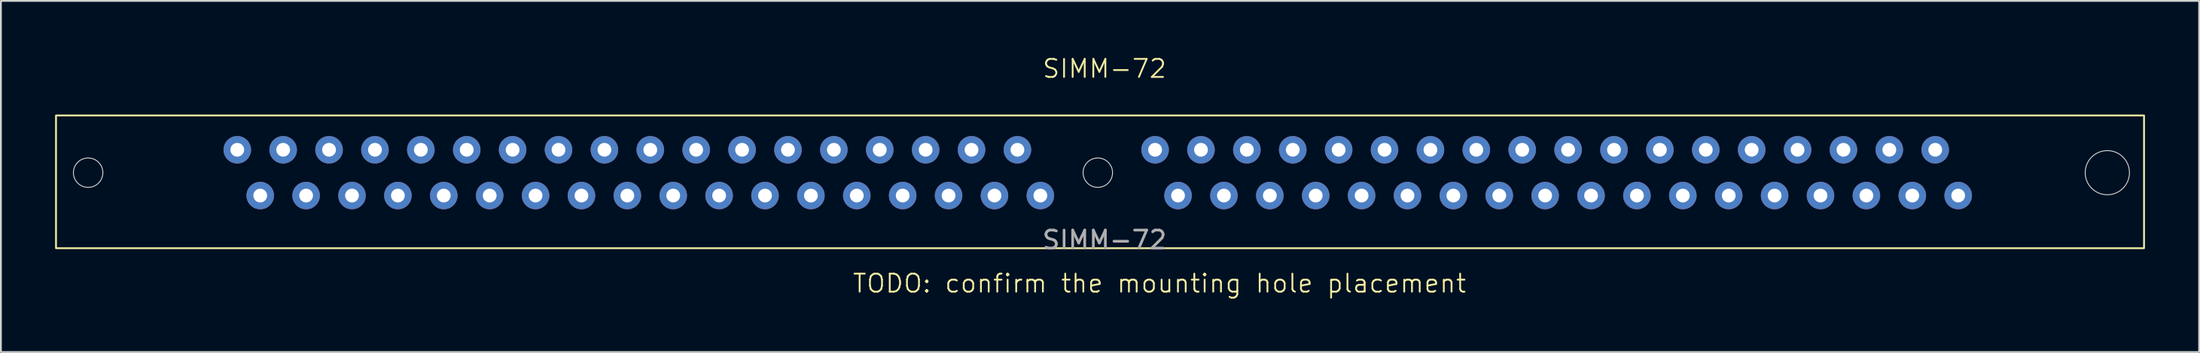
<source format=kicad_pcb>
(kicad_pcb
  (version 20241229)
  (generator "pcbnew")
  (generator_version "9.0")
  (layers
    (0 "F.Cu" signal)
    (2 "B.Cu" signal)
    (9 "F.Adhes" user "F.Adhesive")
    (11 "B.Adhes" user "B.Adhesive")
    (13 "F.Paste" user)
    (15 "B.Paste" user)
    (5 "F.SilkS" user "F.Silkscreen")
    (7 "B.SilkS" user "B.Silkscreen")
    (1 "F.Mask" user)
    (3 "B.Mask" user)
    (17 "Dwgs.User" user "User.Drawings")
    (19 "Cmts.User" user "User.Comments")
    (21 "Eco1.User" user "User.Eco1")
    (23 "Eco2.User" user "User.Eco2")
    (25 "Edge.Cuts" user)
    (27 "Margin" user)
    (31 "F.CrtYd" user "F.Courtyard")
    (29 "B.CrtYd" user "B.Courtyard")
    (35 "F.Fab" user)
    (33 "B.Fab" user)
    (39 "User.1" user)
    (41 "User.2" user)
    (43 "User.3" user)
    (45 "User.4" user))
  (footprint "SIMM-72"
    (layer "F.Cu")
    (at 10.083 5.261)
    (property "Reference" "SIMM-72" (at 48 -4.5 0) (unlocked yes) (layer "F.SilkS") (effects (font (size 1 1) (thickness 0.1))))
    (attr through_hole)
    (fp_rect (start -10.033 -1.905) (end 105.537 5.461) (stroke (width 0.1) (type default)) (fill no) (layer "F.SilkS"))
    (fp_circle (center -8.255 1.27) (end -7.44 1.27) (stroke (width 0.05) (type default)) (fill no) (layer "Edge.Cuts"))
    (fp_circle (center 47.63 1.27) (end 48.445 1.27) (stroke (width 0.05) (type default)) (fill no) (layer "Edge.Cuts"))
    (fp_circle (center 103.505 1.27) (end 104.73 1.27) (stroke (width 0.05) (type default)) (fill no) (layer "Edge.Cuts"))
    (fp_text user "TODO: confirm the mounting hole placement" (at 34 8 0) (unlocked yes) (layer "F.SilkS") (effects (font (size 1 1) (thickness 0.1)) (justify left bottom)))
    (fp_text user "${REFERENCE}" (at 48 5 0) (unlocked yes) (layer "F.Fab") (effects (font (size 1 1) (thickness 0.15))))
    (pad "1" thru_hole circle (at 0 0) (size 1.524 1.524) (drill 0.762) (layers "*.Cu" "*.Mask"))
    (pad "2" thru_hole circle (at 1.27 2.54) (size 1.524 1.524) (drill 0.762) (layers "*.Cu" "*.Mask"))
    (pad "3" thru_hole circle (at 2.54 0) (size 1.524 1.524) (drill 0.762) (layers "*.Cu" "*.Mask"))
    (pad "4" thru_hole circle (at 3.81 2.54) (size 1.524 1.524) (drill 0.762) (layers "*.Cu" "*.Mask"))
    (pad "5" thru_hole circle (at 5.08 0) (size 1.524 1.524) (drill 0.762) (layers "*.Cu" "*.Mask"))
    (pad "6" thru_hole circle (at 6.35 2.54) (size 1.524 1.524) (drill 0.762) (layers "*.Cu" "*.Mask"))
    (pad "7" thru_hole circle (at 7.62 0) (size 1.524 1.524) (drill 0.762) (layers "*.Cu" "*.Mask"))
    (pad "8" thru_hole circle (at 8.89 2.54) (size 1.524 1.524) (drill 0.762) (layers "*.Cu" "*.Mask"))
    (pad "9" thru_hole circle (at 10.16 0) (size 1.524 1.524) (drill 0.762) (layers "*.Cu" "*.Mask"))
    (pad "10" thru_hole circle (at 11.43 2.54) (size 1.524 1.524) (drill 0.762) (layers "*.Cu" "*.Mask"))
    (pad "11" thru_hole circle (at 12.7 0) (size 1.524 1.524) (drill 0.762) (layers "*.Cu" "*.Mask"))
    (pad "12" thru_hole circle (at 13.97 2.54) (size 1.524 1.524) (drill 0.762) (layers "*.Cu" "*.Mask"))
    (pad "13" thru_hole circle (at 15.24 0) (size 1.524 1.524) (drill 0.762) (layers "*.Cu" "*.Mask"))
    (pad "14" thru_hole circle (at 16.51 2.54) (size 1.524 1.524) (drill 0.762) (layers "*.Cu" "*.Mask"))
    (pad "15" thru_hole circle (at 17.78 0) (size 1.524 1.524) (drill 0.762) (layers "*.Cu" "*.Mask"))
    (pad "16" thru_hole circle (at 19.05 2.54) (size 1.524 1.524) (drill 0.762) (layers "*.Cu" "*.Mask"))
    (pad "17" thru_hole circle (at 20.32 0) (size 1.524 1.524) (drill 0.762) (layers "*.Cu" "*.Mask"))
    (pad "18" thru_hole circle (at 21.59 2.54) (size 1.524 1.524) (drill 0.762) (layers "*.Cu" "*.Mask"))
    (pad "19" thru_hole circle (at 22.86 0) (size 1.524 1.524) (drill 0.762) (layers "*.Cu" "*.Mask"))
    (pad "20" thru_hole circle (at 24.13 2.54) (size 1.524 1.524) (drill 0.762) (layers "*.Cu" "*.Mask"))
    (pad "21" thru_hole circle (at 25.4 0) (size 1.524 1.524) (drill 0.762) (layers "*.Cu" "*.Mask"))
    (pad "22" thru_hole circle (at 26.67 2.54) (size 1.524 1.524) (drill 0.762) (layers "*.Cu" "*.Mask"))
    (pad "23" thru_hole circle (at 27.94 0) (size 1.524 1.524) (drill 0.762) (layers "*.Cu" "*.Mask"))
    (pad "24" thru_hole circle (at 29.21 2.54) (size 1.524 1.524) (drill 0.762) (layers "*.Cu" "*.Mask"))
    (pad "25" thru_hole circle (at 30.48 0) (size 1.524 1.524) (drill 0.762) (layers "*.Cu" "*.Mask"))
    (pad "26" thru_hole circle (at 31.75 2.54) (size 1.524 1.524) (drill 0.762) (layers "*.Cu" "*.Mask"))
    (pad "27" thru_hole circle (at 33.02 0) (size 1.524 1.524) (drill 0.762) (layers "*.Cu" "*.Mask"))
    (pad "28" thru_hole circle (at 34.29 2.54) (size 1.524 1.524) (drill 0.762) (layers "*.Cu" "*.Mask"))
    (pad "29" thru_hole circle (at 35.56 0) (size 1.524 1.524) (drill 0.762) (layers "*.Cu" "*.Mask"))
    (pad "30" thru_hole circle (at 36.83 2.54) (size 1.524 1.524) (drill 0.762) (layers "*.Cu" "*.Mask"))
    (pad "31" thru_hole circle (at 38.1 0) (size 1.524 1.524) (drill 0.762) (layers "*.Cu" "*.Mask"))
    (pad "32" thru_hole circle (at 39.37 2.54) (size 1.524 1.524) (drill 0.762) (layers "*.Cu" "*.Mask"))
    (pad "33" thru_hole circle (at 40.64 0) (size 1.524 1.524) (drill 0.762) (layers "*.Cu" "*.Mask"))
    (pad "34" thru_hole circle (at 41.91 2.54) (size 1.524 1.524) (drill 0.762) (layers "*.Cu" "*.Mask"))
    (pad "35" thru_hole circle (at 43.18 0) (size 1.524 1.524) (drill 0.762) (layers "*.Cu" "*.Mask"))
    (pad "36" thru_hole circle (at 44.45 2.54) (size 1.524 1.524) (drill 0.762) (layers "*.Cu" "*.Mask"))
    (pad "37" thru_hole circle (at 50.8 0) (size 1.524 1.524) (drill 0.762) (layers "*.Cu" "*.Mask"))
    (pad "38" thru_hole circle (at 52.07 2.54) (size 1.524 1.524) (drill 0.762) (layers "*.Cu" "*.Mask"))
    (pad "39" thru_hole circle (at 53.34 0) (size 1.524 1.524) (drill 0.762) (layers "*.Cu" "*.Mask"))
    (pad "40" thru_hole circle (at 54.61 2.54) (size 1.524 1.524) (drill 0.762) (layers "*.Cu" "*.Mask"))
    (pad "41" thru_hole circle (at 55.88 0) (size 1.524 1.524) (drill 0.762) (layers "*.Cu" "*.Mask"))
    (pad "42" thru_hole circle (at 57.15 2.54) (size 1.524 1.524) (drill 0.762) (layers "*.Cu" "*.Mask"))
    (pad "43" thru_hole circle (at 58.42 0) (size 1.524 1.524) (drill 0.762) (layers "*.Cu" "*.Mask"))
    (pad "44" thru_hole circle (at 59.69 2.54) (size 1.524 1.524) (drill 0.762) (layers "*.Cu" "*.Mask"))
    (pad "45" thru_hole circle (at 60.96 0) (size 1.524 1.524) (drill 0.762) (layers "*.Cu" "*.Mask"))
    (pad "46" thru_hole circle (at 62.23 2.54) (size 1.524 1.524) (drill 0.762) (layers "*.Cu" "*.Mask"))
    (pad "47" thru_hole circle (at 63.5 0) (size 1.524 1.524) (drill 0.762) (layers "*.Cu" "*.Mask"))
    (pad "48" thru_hole circle (at 64.77 2.54) (size 1.524 1.524) (drill 0.762) (layers "*.Cu" "*.Mask"))
    (pad "49" thru_hole circle (at 66.04 0) (size 1.524 1.524) (drill 0.762) (layers "*.Cu" "*.Mask"))
    (pad "50" thru_hole circle (at 67.31 2.54) (size 1.524 1.524) (drill 0.762) (layers "*.Cu" "*.Mask"))
    (pad "51" thru_hole circle (at 68.58 0) (size 1.524 1.524) (drill 0.762) (layers "*.Cu" "*.Mask"))
    (pad "52" thru_hole circle (at 69.85 2.54) (size 1.524 1.524) (drill 0.762) (layers "*.Cu" "*.Mask"))
    (pad "53" thru_hole circle (at 71.12 0) (size 1.524 1.524) (drill 0.762) (layers "*.Cu" "*.Mask"))
    (pad "54" thru_hole circle (at 72.39 2.54) (size 1.524 1.524) (drill 0.762) (layers "*.Cu" "*.Mask"))
    (pad "55" thru_hole circle (at 73.66 0) (size 1.524 1.524) (drill 0.762) (layers "*.Cu" "*.Mask"))
    (pad "56" thru_hole circle (at 74.93 2.54) (size 1.524 1.524) (drill 0.762) (layers "*.Cu" "*.Mask"))
    (pad "57" thru_hole circle (at 76.2 0) (size 1.524 1.524) (drill 0.762) (layers "*.Cu" "*.Mask"))
    (pad "58" thru_hole circle (at 77.47 2.54) (size 1.524 1.524) (drill 0.762) (layers "*.Cu" "*.Mask"))
    (pad "59" thru_hole circle (at 78.74 0) (size 1.524 1.524) (drill 0.762) (layers "*.Cu" "*.Mask"))
    (pad "60" thru_hole circle (at 80.01 2.54) (size 1.524 1.524) (drill 0.762) (layers "*.Cu" "*.Mask"))
    (pad "61" thru_hole circle (at 81.28 0) (size 1.524 1.524) (drill 0.762) (layers "*.Cu" "*.Mask"))
    (pad "62" thru_hole circle (at 82.55 2.54) (size 1.524 1.524) (drill 0.762) (layers "*.Cu" "*.Mask"))
    (pad "63" thru_hole circle (at 83.82 0) (size 1.524 1.524) (drill 0.762) (layers "*.Cu" "*.Mask"))
    (pad "64" thru_hole circle (at 85.09 2.54) (size 1.524 1.524) (drill 0.762) (layers "*.Cu" "*.Mask"))
    (pad "65" thru_hole circle (at 86.36 0) (size 1.524 1.524) (drill 0.762) (layers "*.Cu" "*.Mask"))
    (pad "66" thru_hole circle (at 87.63 2.54) (size 1.524 1.524) (drill 0.762) (layers "*.Cu" "*.Mask"))
    (pad "67" thru_hole circle (at 88.9 0) (size 1.524 1.524) (drill 0.762) (layers "*.Cu" "*.Mask"))
    (pad "68" thru_hole circle (at 90.17 2.54) (size 1.524 1.524) (drill 0.762) (layers "*.Cu" "*.Mask"))
    (pad "69" thru_hole circle (at 91.44 0) (size 1.524 1.524) (drill 0.762) (layers "*.Cu" "*.Mask"))
    (pad "70" thru_hole circle (at 92.71 2.54) (size 1.524 1.524) (drill 0.762) (layers "*.Cu" "*.Mask"))
    (pad "71" thru_hole circle (at 93.98 0) (size 1.524 1.524) (drill 0.762) (layers "*.Cu" "*.Mask"))
    (pad "72" thru_hole circle (at 95.25 2.54) (size 1.524 1.524) (drill 0.762) (layers "*.Cu" "*.Mask")))
  (gr_rect
    (start -3 -3)
    (end 118.67 16.482)
    (stroke (width 0.1) (type default))
    (fill no)
    (layer "Edge.Cuts")))
</source>
